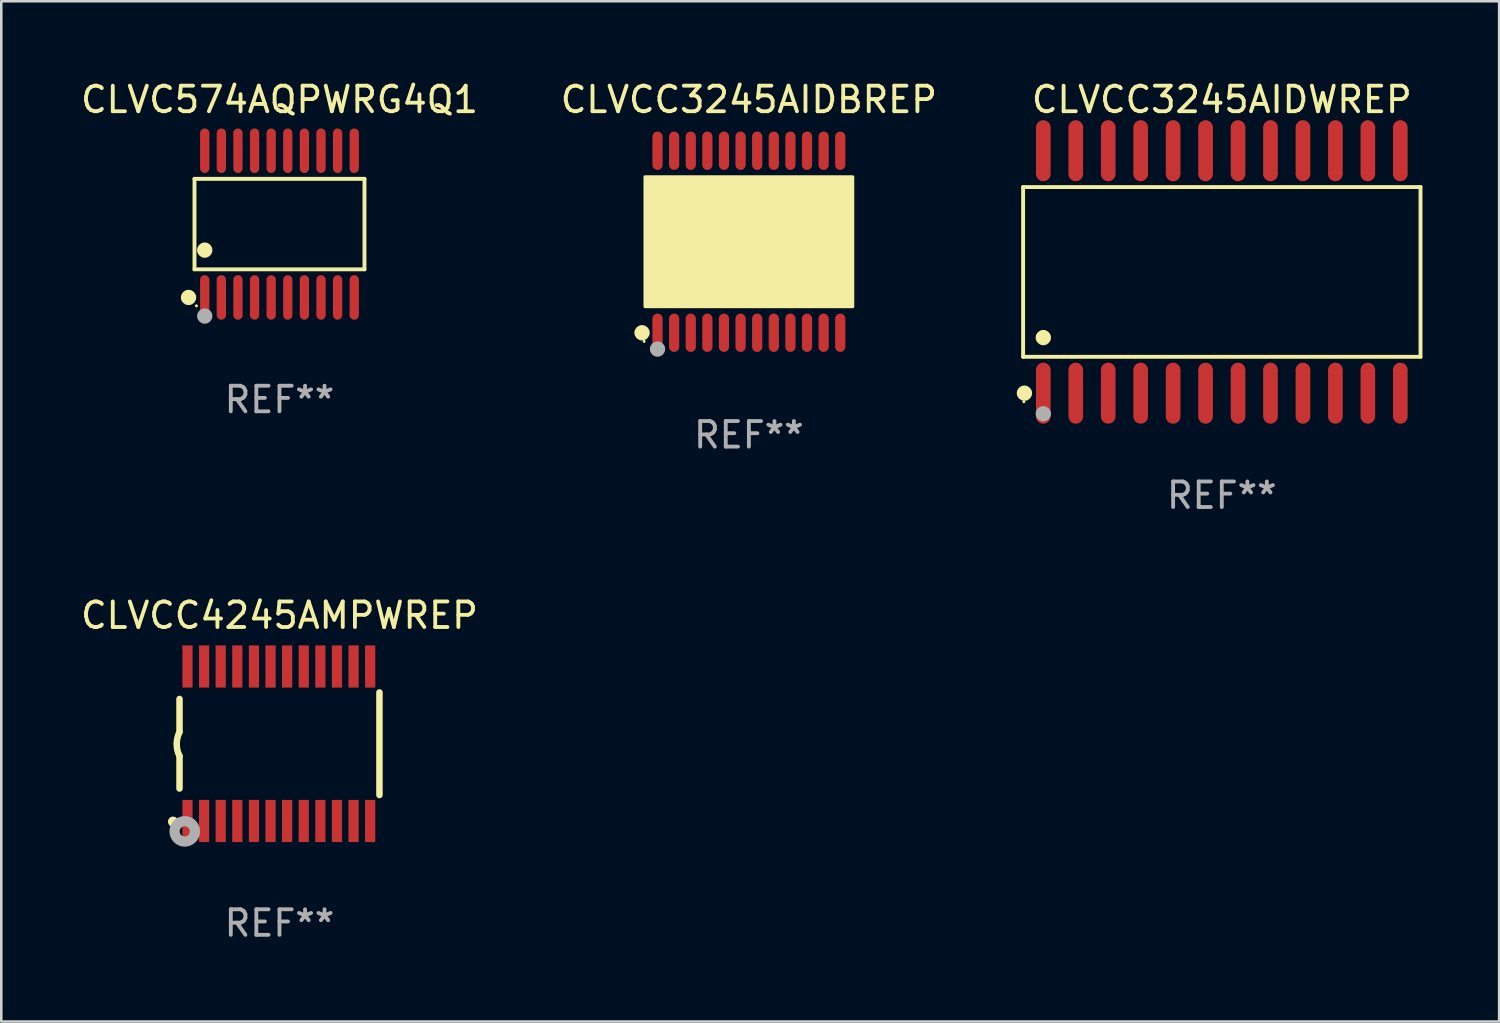
<source format=kicad_pcb>
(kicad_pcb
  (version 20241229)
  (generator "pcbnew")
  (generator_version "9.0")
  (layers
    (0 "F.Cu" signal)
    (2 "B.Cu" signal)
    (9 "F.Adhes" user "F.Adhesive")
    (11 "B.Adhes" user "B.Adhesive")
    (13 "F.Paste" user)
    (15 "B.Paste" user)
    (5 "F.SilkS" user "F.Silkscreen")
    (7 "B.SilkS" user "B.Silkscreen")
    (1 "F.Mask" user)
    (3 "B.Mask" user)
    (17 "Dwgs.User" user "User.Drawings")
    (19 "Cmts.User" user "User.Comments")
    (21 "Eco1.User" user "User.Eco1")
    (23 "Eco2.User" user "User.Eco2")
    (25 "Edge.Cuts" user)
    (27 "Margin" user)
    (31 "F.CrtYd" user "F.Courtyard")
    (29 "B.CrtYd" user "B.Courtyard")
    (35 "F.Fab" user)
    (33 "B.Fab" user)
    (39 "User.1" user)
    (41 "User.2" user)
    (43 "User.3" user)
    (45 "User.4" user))
  (footprint "CLVCC3245AIDWREP"
    (layer "F.Cu")
    (at 44.763 7.592)
    (property "Reference" "CLVCC3245AIDWREP" (at 0 -6.744 0) (layer "F.SilkS") (effects (font (size 1 1) (thickness 0.15))))
    (attr through_hole)
    (fp_line (start -7.776 -3.321) (end 7.776 -3.321) (stroke (width 0.152) (type solid)) (layer "F.SilkS"))
    (fp_line (start -7.776 3.321) (end -7.776 -3.321) (stroke (width 0.152) (type solid)) (layer "F.SilkS"))
    (fp_line (start 7.776 -3.321) (end 7.776 3.321) (stroke (width 0.152) (type solid)) (layer "F.SilkS"))
    (fp_line (start 7.776 3.321) (end -7.776 3.321) (stroke (width 0.152) (type solid)) (layer "F.SilkS"))
    (fp_circle (center -7.747 5.08) (end -7.717 5.08) (stroke (width 0.06) (type solid)) (fill no) (layer "F.SilkS"))
    (fp_circle (center -7.724 4.744) (end -7.574 4.744) (stroke (width 0.3) (type solid)) (fill no) (layer "F.SilkS"))
    (fp_circle (center -6.985 2.569) (end -6.835 2.569) (stroke (width 0.3) (type solid)) (fill no) (layer "F.SilkS"))
    (fp_circle (center -6.985 5.55) (end -6.835 5.55) (stroke (width 0.3) (type solid)) (fill no) (layer "F.Fab"))
    (fp_text user "REF**" (at 0 8.744 0) (layer "F.Fab") (effects (font (size 1 1) (thickness 0.15))))
    (pad "1" smd oval (at -6.985 4.744) (size 0.574 2.388) (layers "F.Cu" "F.Mask" "F.Paste"))
    (pad "2" smd oval (at -5.715 4.744) (size 0.574 2.388) (layers "F.Cu" "F.Mask" "F.Paste"))
    (pad "3" smd oval (at -4.445 4.744) (size 0.574 2.388) (layers "F.Cu" "F.Mask" "F.Paste"))
    (pad "4" smd oval (at -3.175 4.744) (size 0.574 2.388) (layers "F.Cu" "F.Mask" "F.Paste"))
    (pad "5" smd oval (at -1.905 4.744) (size 0.574 2.388) (layers "F.Cu" "F.Mask" "F.Paste"))
    (pad "6" smd oval (at -0.635 4.744) (size 0.574 2.388) (layers "F.Cu" "F.Mask" "F.Paste"))
    (pad "7" smd oval (at 0.635 4.744) (size 0.574 2.388) (layers "F.Cu" "F.Mask" "F.Paste"))
    (pad "8" smd oval (at 1.905 4.744) (size 0.574 2.388) (layers "F.Cu" "F.Mask" "F.Paste"))
    (pad "9" smd oval (at 3.175 4.744) (size 0.574 2.388) (layers "F.Cu" "F.Mask" "F.Paste"))
    (pad "10" smd oval (at 4.445 4.744) (size 0.574 2.388) (layers "F.Cu" "F.Mask" "F.Paste"))
    (pad "11" smd oval (at 5.715 4.744) (size 0.574 2.388) (layers "F.Cu" "F.Mask" "F.Paste"))
    (pad "12" smd oval (at 6.985 4.744) (size 0.574 2.388) (layers "F.Cu" "F.Mask" "F.Paste"))
    (pad "13" smd oval (at 6.985 -4.744) (size 0.574 2.388) (layers "F.Cu" "F.Mask" "F.Paste"))
    (pad "14" smd oval (at 5.715 -4.744) (size 0.574 2.388) (layers "F.Cu" "F.Mask" "F.Paste"))
    (pad "15" smd oval (at 4.445 -4.744) (size 0.574 2.388) (layers "F.Cu" "F.Mask" "F.Paste"))
    (pad "16" smd oval (at 3.175 -4.744) (size 0.574 2.388) (layers "F.Cu" "F.Mask" "F.Paste"))
    (pad "17" smd oval (at 1.905 -4.744) (size 0.574 2.388) (layers "F.Cu" "F.Mask" "F.Paste"))
    (pad "18" smd oval (at 0.635 -4.744) (size 0.574 2.388) (layers "F.Cu" "F.Mask" "F.Paste"))
    (pad "19" smd oval (at -0.635 -4.744) (size 0.574 2.388) (layers "F.Cu" "F.Mask" "F.Paste"))
    (pad "20" smd oval (at -1.905 -4.744) (size 0.574 2.388) (layers "F.Cu" "F.Mask" "F.Paste"))
    (pad "21" smd oval (at -3.175 -4.744) (size 0.574 2.388) (layers "F.Cu" "F.Mask" "F.Paste"))
    (pad "22" smd oval (at -4.445 -4.744) (size 0.574 2.388) (layers "F.Cu" "F.Mask" "F.Paste"))
    (pad "23" smd oval (at -5.715 -4.744) (size 0.574 2.388) (layers "F.Cu" "F.Mask" "F.Paste"))
    (pad "24" smd oval (at -6.985 -4.744) (size 0.574 2.388) (layers "F.Cu" "F.Mask" "F.Paste")))
  (footprint "CLVCC3245AIDBREP"
    (layer "F.Cu")
    (at 26.256 6.41)
    (property "Reference" "CLVCC3245AIDBREP" (at 0 -5.562 0) (layer "F.SilkS") (effects (font (size 1 1) (thickness 0.15))))
    (attr through_hole)
    (fp_circle (center -4.181 3.562) (end -4.031 3.562) (stroke (width 0.3) (type solid)) (fill no) (layer "F.SilkS"))
    (fp_circle (center -4.1 3.9) (end -4.07 3.9) (stroke (width 0.06) (type solid)) (fill no) (layer "F.SilkS"))
    (fp_circle (center -3.575 1.819) (end -3.425 1.819) (stroke (width 0.3) (type solid)) (fill no) (layer "F.SilkS"))
    (fp_poly (pts (xy -4.064 -2.54) (xy 4.064 -2.54) (xy 4.064 2.54) (xy -4.064 2.54)) (stroke (width 0.12) (type solid)) (fill yes) (layer "F.SilkS"))
    (fp_circle (center -3.575 4.2) (end -3.425 4.2) (stroke (width 0.3) (type solid)) (fill no) (layer "F.Fab"))
    (fp_text user "REF**" (at 0 7.562 0) (layer "F.Fab") (effects (font (size 1 1) (thickness 0.15))))
    (pad "1" smd oval (at -3.575 3.562) (size 0.4 1.5) (layers "F.Cu" "F.Mask" "F.Paste"))
    (pad "2" smd oval (at -2.925 3.562) (size 0.4 1.5) (layers "F.Cu" "F.Mask" "F.Paste"))
    (pad "3" smd oval (at -2.275 3.562) (size 0.4 1.5) (layers "F.Cu" "F.Mask" "F.Paste"))
    (pad "4" smd oval (at -1.625 3.562) (size 0.4 1.5) (layers "F.Cu" "F.Mask" "F.Paste"))
    (pad "5" smd oval (at -0.975 3.562) (size 0.4 1.5) (layers "F.Cu" "F.Mask" "F.Paste"))
    (pad "6" smd oval (at -0.325 3.562) (size 0.4 1.5) (layers "F.Cu" "F.Mask" "F.Paste"))
    (pad "7" smd oval (at 0.325 3.562) (size 0.4 1.5) (layers "F.Cu" "F.Mask" "F.Paste"))
    (pad "8" smd oval (at 0.975 3.562) (size 0.4 1.5) (layers "F.Cu" "F.Mask" "F.Paste"))
    (pad "9" smd oval (at 1.625 3.562) (size 0.4 1.5) (layers "F.Cu" "F.Mask" "F.Paste"))
    (pad "10" smd oval (at 2.275 3.562) (size 0.4 1.5) (layers "F.Cu" "F.Mask" "F.Paste"))
    (pad "11" smd oval (at 2.925 3.562) (size 0.4 1.5) (layers "F.Cu" "F.Mask" "F.Paste"))
    (pad "12" smd oval (at 3.575 3.562) (size 0.4 1.5) (layers "F.Cu" "F.Mask" "F.Paste"))
    (pad "13" smd oval (at 3.575 -3.562) (size 0.4 1.5) (layers "F.Cu" "F.Mask" "F.Paste"))
    (pad "14" smd oval (at 2.925 -3.562) (size 0.4 1.5) (layers "F.Cu" "F.Mask" "F.Paste"))
    (pad "15" smd oval (at 2.275 -3.562) (size 0.4 1.5) (layers "F.Cu" "F.Mask" "F.Paste"))
    (pad "16" smd oval (at 1.625 -3.562) (size 0.4 1.5) (layers "F.Cu" "F.Mask" "F.Paste"))
    (pad "17" smd oval (at 0.975 -3.562) (size 0.4 1.5) (layers "F.Cu" "F.Mask" "F.Paste"))
    (pad "18" smd oval (at 0.325 -3.562) (size 0.4 1.5) (layers "F.Cu" "F.Mask" "F.Paste"))
    (pad "19" smd oval (at -0.325 -3.562) (size 0.4 1.5) (layers "F.Cu" "F.Mask" "F.Paste"))
    (pad "20" smd oval (at -0.975 -3.562) (size 0.4 1.5) (layers "F.Cu" "F.Mask" "F.Paste"))
    (pad "21" smd oval (at -1.625 -3.562) (size 0.4 1.5) (layers "F.Cu" "F.Mask" "F.Paste"))
    (pad "22" smd oval (at -2.275 -3.562) (size 0.4 1.5) (layers "F.Cu" "F.Mask" "F.Paste"))
    (pad "23" smd oval (at -2.925 -3.562) (size 0.4 1.5) (layers "F.Cu" "F.Mask" "F.Paste"))
    (pad "24" smd oval (at -3.575 -3.562) (size 0.4 1.5) (layers "F.Cu" "F.Mask" "F.Paste")))
  (footprint "CLVC574AQPWRG4Q1"
    (layer "F.Cu")
    (at 7.887 5.719)
    (property "Reference" "CLVC574AQPWRG4Q1" (at 0 -4.871 0) (layer "F.SilkS") (effects (font (size 1 1) (thickness 0.15))))
    (attr through_hole)
    (fp_line (start -3.326 -1.771) (end 3.326 -1.771) (stroke (width 0.152) (type solid)) (layer "F.SilkS"))
    (fp_line (start -3.326 1.771) (end -3.326 -1.771) (stroke (width 0.152) (type solid)) (layer "F.SilkS"))
    (fp_line (start 3.326 -1.771) (end 3.326 1.771) (stroke (width 0.152) (type solid)) (layer "F.SilkS"))
    (fp_line (start 3.326 1.771) (end -3.326 1.771) (stroke (width 0.152) (type solid)) (layer "F.SilkS"))
    (fp_circle (center -3.559 2.871) (end -3.409 2.871) (stroke (width 0.3) (type solid)) (fill no) (layer "F.SilkS"))
    (fp_circle (center -3.25 3.2) (end -3.22 3.2) (stroke (width 0.06) (type solid)) (fill no) (layer "F.SilkS"))
    (fp_circle (center -2.925 1.019) (end -2.775 1.019) (stroke (width 0.3) (type solid)) (fill no) (layer "F.SilkS"))
    (fp_circle (center -2.925 3.6) (end -2.775 3.6) (stroke (width 0.3) (type solid)) (fill no) (layer "F.Fab"))
    (fp_text user "REF**" (at 0 6.871 0) (layer "F.Fab") (effects (font (size 1 1) (thickness 0.15))))
    (pad "1" smd oval (at -2.925 2.871) (size 0.364 1.742) (layers "F.Cu" "F.Mask" "F.Paste"))
    (pad "2" smd oval (at -2.275 2.871) (size 0.364 1.742) (layers "F.Cu" "F.Mask" "F.Paste"))
    (pad "3" smd oval (at -1.625 2.871) (size 0.364 1.742) (layers "F.Cu" "F.Mask" "F.Paste"))
    (pad "4" smd oval (at -0.975 2.871) (size 0.364 1.742) (layers "F.Cu" "F.Mask" "F.Paste"))
    (pad "5" smd oval (at -0.325 2.871) (size 0.364 1.742) (layers "F.Cu" "F.Mask" "F.Paste"))
    (pad "6" smd oval (at 0.325 2.871) (size 0.364 1.742) (layers "F.Cu" "F.Mask" "F.Paste"))
    (pad "7" smd oval (at 0.975 2.871) (size 0.364 1.742) (layers "F.Cu" "F.Mask" "F.Paste"))
    (pad "8" smd oval (at 1.625 2.871) (size 0.364 1.742) (layers "F.Cu" "F.Mask" "F.Paste"))
    (pad "9" smd oval (at 2.275 2.871) (size 0.364 1.742) (layers "F.Cu" "F.Mask" "F.Paste"))
    (pad "10" smd oval (at 2.925 2.871) (size 0.364 1.742) (layers "F.Cu" "F.Mask" "F.Paste"))
    (pad "11" smd oval (at 2.925 -2.871) (size 0.364 1.742) (layers "F.Cu" "F.Mask" "F.Paste"))
    (pad "12" smd oval (at 2.275 -2.871) (size 0.364 1.742) (layers "F.Cu" "F.Mask" "F.Paste"))
    (pad "13" smd oval (at 1.625 -2.871) (size 0.364 1.742) (layers "F.Cu" "F.Mask" "F.Paste"))
    (pad "14" smd oval (at 0.975 -2.871) (size 0.364 1.742) (layers "F.Cu" "F.Mask" "F.Paste"))
    (pad "15" smd oval (at 0.325 -2.871) (size 0.364 1.742) (layers "F.Cu" "F.Mask" "F.Paste"))
    (pad "16" smd oval (at -0.325 -2.871) (size 0.364 1.742) (layers "F.Cu" "F.Mask" "F.Paste"))
    (pad "17" smd oval (at -0.975 -2.871) (size 0.364 1.742) (layers "F.Cu" "F.Mask" "F.Paste"))
    (pad "18" smd oval (at -1.625 -2.871) (size 0.364 1.742) (layers "F.Cu" "F.Mask" "F.Paste"))
    (pad "19" smd oval (at -2.275 -2.871) (size 0.364 1.742) (layers "F.Cu" "F.Mask" "F.Paste"))
    (pad "20" smd oval (at -2.925 -2.871) (size 0.364 1.742) (layers "F.Cu" "F.Mask" "F.Paste")))
  (footprint "CLVCC4245AMPWREP"
    (layer "F.Cu")
    (at 7.887 26.055)
    (property "Reference" "CLVCC4245AMPWREP" (at 0 -5.023 0) (layer "F.SilkS") (effects (font (size 1 1) (thickness 0.15))))
    (attr through_hole)
    (fp_line (start -3.912 -0.483) (end -3.912 -1.753) (stroke (width 0.254) (type solid)) (layer "F.SilkS"))
    (fp_line (start -3.912 1.753) (end -3.912 0.483) (stroke (width 0.254) (type solid)) (layer "F.SilkS"))
    (fp_line (start 3.912 -2.007) (end 3.912 2.007) (stroke (width 0.254) (type solid)) (layer "F.SilkS"))
    (fp_arc (start -3.911608 0.482601) (mid -4.022537 0.0127) (end -3.911608 -0.457201) (stroke (width 0.254001) (type solid)) (layer "F.SilkS"))
    (fp_circle (center -4.166 3.048) (end -4.066 3.048) (stroke (width 0.2) (type solid)) (fill no) (layer "F.SilkS"))
    (fp_circle (center -3.925 3.186) (end -3.895 3.186) (stroke (width 0.06) (type solid)) (fill no) (layer "F.SilkS"))
    (fp_circle (center -3.708 3.429) (end -3.509 3.429) (stroke (width 0.4) (type solid)) (fill no) (layer "F.Fab"))
    (fp_text user "REF**" (at 0 7.023 0) (layer "F.Fab") (effects (font (size 1 1) (thickness 0.15))))
    (pad "1" smd rect (at -3.6 3.023) (size 0.4 1.65) (layers "F.Cu" "F.Mask" "F.Paste"))
    (pad "2" smd rect (at -2.95 3.023) (size 0.4 1.65) (layers "F.Cu" "F.Mask" "F.Paste"))
    (pad "3" smd rect (at -2.3 3.023) (size 0.4 1.65) (layers "F.Cu" "F.Mask" "F.Paste"))
    (pad "4" smd rect (at -1.65 3.023) (size 0.4 1.65) (layers "F.Cu" "F.Mask" "F.Paste"))
    (pad "5" smd rect (at -1 3.023) (size 0.4 1.65) (layers "F.Cu" "F.Mask" "F.Paste"))
    (pad "6" smd rect (at -0.35 3.023) (size 0.4 1.65) (layers "F.Cu" "F.Mask" "F.Paste"))
    (pad "7" smd rect (at 0.299 3.023) (size 0.4 1.65) (layers "F.Cu" "F.Mask" "F.Paste"))
    (pad "8" smd rect (at 0.95 3.023) (size 0.4 1.65) (layers "F.Cu" "F.Mask" "F.Paste"))
    (pad "9" smd rect (at 1.6 3.023) (size 0.4 1.65) (layers "F.Cu" "F.Mask" "F.Paste"))
    (pad "10" smd rect (at 2.25 3.023) (size 0.4 1.65) (layers "F.Cu" "F.Mask" "F.Paste"))
    (pad "11" smd rect (at 2.9 3.023) (size 0.4 1.65) (layers "F.Cu" "F.Mask" "F.Paste"))
    (pad "12" smd rect (at 3.549 3.023) (size 0.4 1.65) (layers "F.Cu" "F.Mask" "F.Paste"))
    (pad "13" smd rect (at 3.549 -3.023) (size 0.4 1.65) (layers "F.Cu" "F.Mask" "F.Paste"))
    (pad "14" smd rect (at 2.9 -3.023) (size 0.4 1.65) (layers "F.Cu" "F.Mask" "F.Paste"))
    (pad "15" smd rect (at 2.25 -3.023) (size 0.4 1.65) (layers "F.Cu" "F.Mask" "F.Paste"))
    (pad "16" smd rect (at 1.6 -3.023) (size 0.4 1.65) (layers "F.Cu" "F.Mask" "F.Paste"))
    (pad "17" smd rect (at 0.95 -3.023) (size 0.4 1.65) (layers "F.Cu" "F.Mask" "F.Paste"))
    (pad "18" smd rect (at 0.299 -3.023) (size 0.4 1.65) (layers "F.Cu" "F.Mask" "F.Paste"))
    (pad "19" smd rect (at -0.35 -3.023) (size 0.4 1.65) (layers "F.Cu" "F.Mask" "F.Paste"))
    (pad "20" smd rect (at -1 -3.023) (size 0.4 1.65) (layers "F.Cu" "F.Mask" "F.Paste"))
    (pad "21" smd rect (at -1.65 -3.023) (size 0.4 1.65) (layers "F.Cu" "F.Mask" "F.Paste"))
    (pad "22" smd rect (at -2.3 -3.023) (size 0.4 1.65) (layers "F.Cu" "F.Mask" "F.Paste"))
    (pad "23" smd rect (at -2.95 -3.023) (size 0.4 1.65) (layers "F.Cu" "F.Mask" "F.Paste"))
    (pad "24" smd rect (at -3.6 -3.023) (size 0.4 1.65) (layers "F.Cu" "F.Mask" "F.Paste")))
  (gr_rect
    (start -3 -3)
    (end 55.615 36.926)
    (stroke (width 0.1) (type default))
    (fill no)
    (layer "Edge.Cuts")))
</source>
